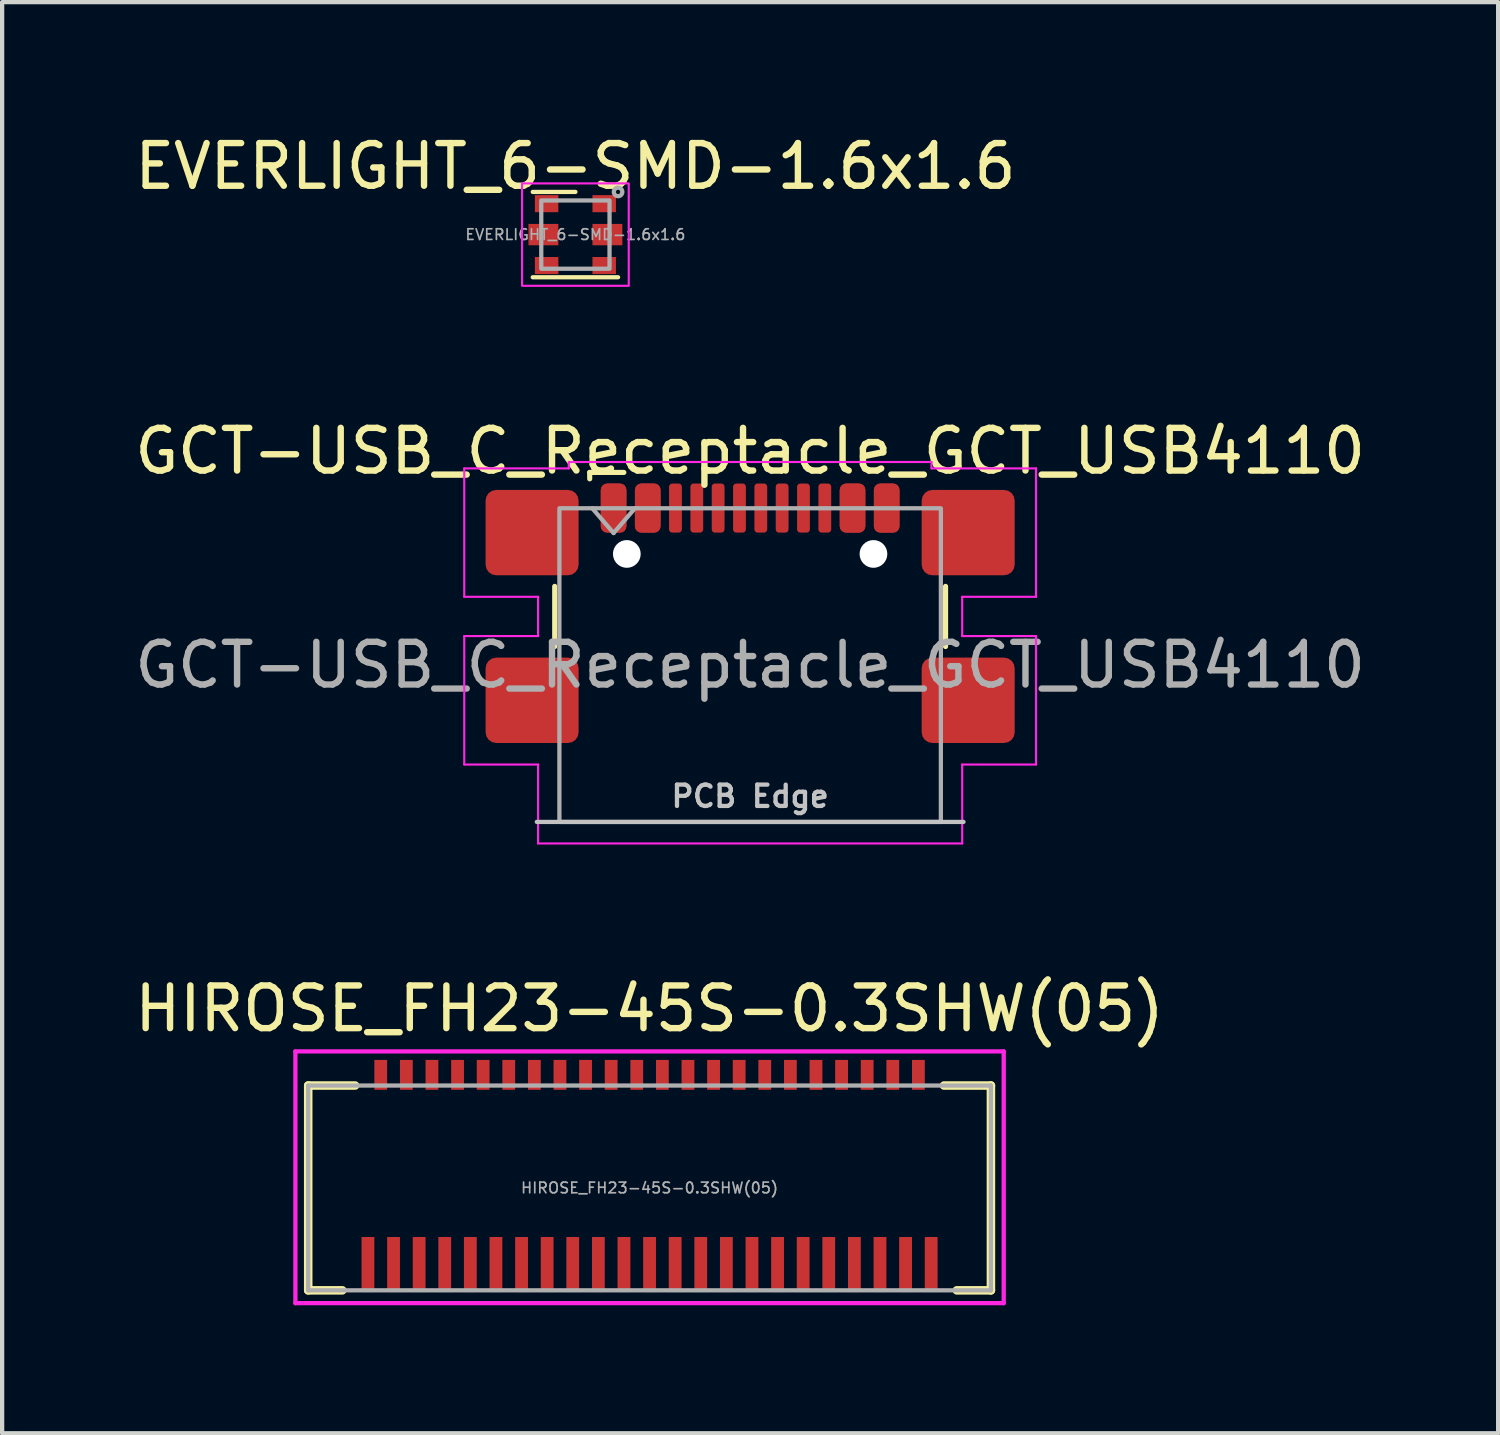
<source format=kicad_pcb>
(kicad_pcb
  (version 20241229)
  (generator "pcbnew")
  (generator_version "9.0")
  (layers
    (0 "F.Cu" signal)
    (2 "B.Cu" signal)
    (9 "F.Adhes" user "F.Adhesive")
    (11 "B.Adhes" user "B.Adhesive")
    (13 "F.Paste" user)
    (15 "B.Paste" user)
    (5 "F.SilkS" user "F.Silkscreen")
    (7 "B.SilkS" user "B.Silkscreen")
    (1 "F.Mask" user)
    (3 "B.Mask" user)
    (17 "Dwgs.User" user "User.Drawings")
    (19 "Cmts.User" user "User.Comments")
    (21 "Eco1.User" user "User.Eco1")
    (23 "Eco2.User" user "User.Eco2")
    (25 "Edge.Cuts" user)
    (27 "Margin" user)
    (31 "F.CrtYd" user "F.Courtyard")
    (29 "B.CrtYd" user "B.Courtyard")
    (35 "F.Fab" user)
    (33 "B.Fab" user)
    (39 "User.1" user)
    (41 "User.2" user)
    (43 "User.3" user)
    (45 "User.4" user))
  (footprint "EVERLIGHT_6-SMD-1.6x1.6"
    (layer "F.Cu")
    (at 10.435 2.448)
    (property "Reference" "EVERLIGHT_6-SMD-1.6x1.6" (at 0 -1.6 0) (unlocked yes) (layer "F.SilkS") (effects (font (size 1 1) (thickness 0.15))))
    (attr smd)
    (fp_line (start -1 -1) (end 0 -1) (stroke (width 0.1) (type default)) (layer "F.SilkS"))
    (fp_line (start -1 1) (end 1 1) (stroke (width 0.1) (type default)) (layer "F.SilkS"))
    (fp_rect (start -1.25 -1.2) (end 1.25 1.2) (stroke (width 0.05) (type default)) (fill no) (layer "F.CrtYd"))
    (fp_rect (start -0.8 -0.8) (end 0.8 0.8) (stroke (width 0.1) (type default)) (fill no) (layer "F.Fab"))
    (fp_circle (center 1 -1) (end 1.1 -1) (stroke (width 0.1) (type default)) (fill no) (layer "F.Fab"))
    (fp_text user "${REFERENCE}" (at 0 0 0) (unlocked yes) (layer "F.Fab") (effects (font (size 0.25 0.25) (thickness 0.04))))
    (pad "1" smd rect (at 0.675 -0.725) (size 0.55 0.4) (layers "F.Cu" "F.Mask" "F.Paste"))
    (pad "2" smd rect (at -0.675 -0.725) (size 0.55 0.4) (layers "F.Cu" "F.Mask" "F.Paste"))
    (pad "3" smd rect (at 0.75 0) (size 0.7 0.5) (layers "F.Cu" "F.Mask" "F.Paste"))
    (pad "4" smd rect (at -0.75 0) (size 0.7 0.5) (layers "F.Cu" "F.Mask" "F.Paste"))
    (pad "5" smd rect (at 0.675 0.725) (size 0.55 0.4) (layers "F.Cu" "F.Mask" "F.Paste"))
    (pad "6" smd rect (at -0.675 0.725) (size 0.55 0.4) (layers "F.Cu" "F.Mask" "F.Paste")))
  (footprint "HIROSE_FH23-45S-0.3SHW(05)"
    (layer "F.Cu")
    (at 12.173 24.79)
    (property "Reference" "HIROSE_FH23-45S-0.3SHW(05)" (at 0 -4.2 0) (layer "F.SilkS") (effects (font (size 1 1) (thickness 0.15))))
    (attr smd)
    (fp_line (start -8 -2.4) (end -6.9 -2.4) (stroke (width 0.2) (type solid)) (layer "F.SilkS"))
    (fp_line (start -8 2.4) (end -8 -2.4) (stroke (width 0.2) (type solid)) (layer "F.SilkS"))
    (fp_line (start -7.2 2.4) (end -8 2.4) (stroke (width 0.2) (type solid)) (layer "F.SilkS"))
    (fp_line (start 6.9 -2.4) (end 8 -2.4) (stroke (width 0.2) (type solid)) (layer "F.SilkS"))
    (fp_line (start 8 -2.4) (end 8 2.4) (stroke (width 0.2) (type solid)) (layer "F.SilkS"))
    (fp_line (start 8 2.4) (end 7.2 2.4) (stroke (width 0.2) (type solid)) (layer "F.SilkS"))
    (fp_line (start -8.3 -3.2) (end 8.3 -3.2) (stroke (width 0.1) (type solid)) (layer "F.CrtYd"))
    (fp_line (start -8.3 2.7) (end -8.3 -3.2) (stroke (width 0.1) (type solid)) (layer "F.CrtYd"))
    (fp_line (start 8.3 -3.2) (end 8.3 2.7) (stroke (width 0.1) (type solid)) (layer "F.CrtYd"))
    (fp_line (start 8.3 2.7) (end -8.3 2.7) (stroke (width 0.1) (type solid)) (layer "F.CrtYd"))
    (fp_line (start -8 -2.4) (end -8 2.4) (stroke (width 0.1) (type solid)) (layer "F.Fab"))
    (fp_line (start -8 2.4) (end 8 2.4) (stroke (width 0.1) (type solid)) (layer "F.Fab"))
    (fp_line (start 8 -2.4) (end -8 -2.4) (stroke (width 0.1) (type solid)) (layer "F.Fab"))
    (fp_line (start 8 2.4) (end 8 -2.4) (stroke (width 0.1) (type solid)) (layer "F.Fab"))
    (fp_text user "${REFERENCE}" (at 0 0 0) (layer "F.Fab") (effects (font (size 0.25 0.25) (thickness 0.04))))
    (pad "1" smd rect (at -6.6 1.775) (size 0.3 1.25) (layers "F.Cu" "F.Mask" "F.Paste"))
    (pad "2" smd rect (at -6.3 -2.65) (size 0.3 0.7) (layers "F.Cu" "F.Mask" "F.Paste"))
    (pad "3" smd rect (at -6 1.775) (size 0.3 1.25) (layers "F.Cu" "F.Mask" "F.Paste"))
    (pad "4" smd rect (at -5.7 -2.65) (size 0.3 0.7) (layers "F.Cu" "F.Mask" "F.Paste"))
    (pad "5" smd rect (at -5.4 1.775) (size 0.3 1.25) (layers "F.Cu" "F.Mask" "F.Paste"))
    (pad "6" smd rect (at -5.1 -2.65) (size 0.3 0.7) (layers "F.Cu" "F.Mask" "F.Paste"))
    (pad "7" smd rect (at -4.8 1.775) (size 0.3 1.25) (layers "F.Cu" "F.Mask" "F.Paste"))
    (pad "8" smd rect (at -4.5 -2.65) (size 0.3 0.7) (layers "F.Cu" "F.Mask" "F.Paste"))
    (pad "9" smd rect (at -4.2 1.775) (size 0.3 1.25) (layers "F.Cu" "F.Mask" "F.Paste"))
    (pad "10" smd rect (at -3.9 -2.65) (size 0.3 0.7) (layers "F.Cu" "F.Mask" "F.Paste"))
    (pad "11" smd rect (at -3.6 1.775) (size 0.3 1.25) (layers "F.Cu" "F.Mask" "F.Paste"))
    (pad "12" smd rect (at -3.3 -2.65) (size 0.3 0.7) (layers "F.Cu" "F.Mask" "F.Paste"))
    (pad "13" smd rect (at -3 1.775) (size 0.3 1.25) (layers "F.Cu" "F.Mask" "F.Paste"))
    (pad "14" smd rect (at -2.7 -2.65) (size 0.3 0.7) (layers "F.Cu" "F.Mask" "F.Paste"))
    (pad "15" smd rect (at -2.4 1.775) (size 0.3 1.25) (layers "F.Cu" "F.Mask" "F.Paste"))
    (pad "16" smd rect (at -2.1 -2.65) (size 0.3 0.7) (layers "F.Cu" "F.Mask" "F.Paste"))
    (pad "17" smd rect (at -1.8 1.775) (size 0.3 1.25) (layers "F.Cu" "F.Mask" "F.Paste"))
    (pad "18" smd rect (at -1.5 -2.65) (size 0.3 0.7) (layers "F.Cu" "F.Mask" "F.Paste"))
    (pad "19" smd rect (at -1.2 1.775) (size 0.3 1.25) (layers "F.Cu" "F.Mask" "F.Paste"))
    (pad "20" smd rect (at -0.9 -2.65) (size 0.3 0.7) (layers "F.Cu" "F.Mask" "F.Paste"))
    (pad "21" smd rect (at -0.6 1.775) (size 0.3 1.25) (layers "F.Cu" "F.Mask" "F.Paste"))
    (pad "22" smd rect (at -0.3 -2.65) (size 0.3 0.7) (layers "F.Cu" "F.Mask" "F.Paste"))
    (pad "23" smd rect (at 0 1.775) (size 0.3 1.25) (layers "F.Cu" "F.Mask" "F.Paste"))
    (pad "24" smd rect (at 0.3 -2.65) (size 0.3 0.7) (layers "F.Cu" "F.Mask" "F.Paste"))
    (pad "25" smd rect (at 0.6 1.775) (size 0.3 1.25) (layers "F.Cu" "F.Mask" "F.Paste"))
    (pad "26" smd rect (at 0.9 -2.65) (size 0.3 0.7) (layers "F.Cu" "F.Mask" "F.Paste"))
    (pad "27" smd rect (at 1.2 1.775) (size 0.3 1.25) (layers "F.Cu" "F.Mask" "F.Paste"))
    (pad "28" smd rect (at 1.5 -2.65) (size 0.3 0.7) (layers "F.Cu" "F.Mask" "F.Paste"))
    (pad "29" smd rect (at 1.8 1.775) (size 0.3 1.25) (layers "F.Cu" "F.Mask" "F.Paste"))
    (pad "30" smd rect (at 2.1 -2.65) (size 0.3 0.7) (layers "F.Cu" "F.Mask" "F.Paste"))
    (pad "31" smd rect (at 2.4 1.775) (size 0.3 1.25) (layers "F.Cu" "F.Mask" "F.Paste"))
    (pad "32" smd rect (at 2.7 -2.65) (size 0.3 0.7) (layers "F.Cu" "F.Mask" "F.Paste"))
    (pad "33" smd rect (at 3 1.775) (size 0.3 1.25) (layers "F.Cu" "F.Mask" "F.Paste"))
    (pad "34" smd rect (at 3.3 -2.65) (size 0.3 0.7) (layers "F.Cu" "F.Mask" "F.Paste"))
    (pad "35" smd rect (at 3.6 1.775) (size 0.3 1.25) (layers "F.Cu" "F.Mask" "F.Paste"))
    (pad "36" smd rect (at 3.9 -2.65) (size 0.3 0.7) (layers "F.Cu" "F.Mask" "F.Paste"))
    (pad "37" smd rect (at 4.2 1.775) (size 0.3 1.25) (layers "F.Cu" "F.Mask" "F.Paste"))
    (pad "38" smd rect (at 4.5 -2.65) (size 0.3 0.7) (layers "F.Cu" "F.Mask" "F.Paste"))
    (pad "39" smd rect (at 4.8 1.775) (size 0.3 1.25) (layers "F.Cu" "F.Mask" "F.Paste"))
    (pad "40" smd rect (at 5.1 -2.65) (size 0.3 0.7) (layers "F.Cu" "F.Mask" "F.Paste"))
    (pad "41" smd rect (at 5.4 1.775) (size 0.3 1.25) (layers "F.Cu" "F.Mask" "F.Paste"))
    (pad "42" smd rect (at 5.7 -2.65) (size 0.3 0.7) (layers "F.Cu" "F.Mask" "F.Paste"))
    (pad "43" smd rect (at 6 1.775) (size 0.3 1.25) (layers "F.Cu" "F.Mask" "F.Paste"))
    (pad "44" smd rect (at 6.3 -2.65) (size 0.3 0.7) (layers "F.Cu" "F.Mask" "F.Paste"))
    (pad "45" smd rect (at 6.6 1.775) (size 0.3 1.25) (layers "F.Cu" "F.Mask" "F.Paste")))
  (footprint "GCT-USB_C_Receptacle_GCT_USB4110"
    (layer "F.Cu")
    (at 14.53 12.537)
    (property "Reference" "GCT-USB_C_Receptacle_GCT_USB4110" (at 0 -5.015 0) (unlocked yes) (layer "F.SilkS") (effects (font (size 1 1) (thickness 0.15))))
    (attr smd)
    (fp_line (start -4.58 -0.435) (end -4.58 -1.845) (stroke (width 0.12) (type default)) (layer "F.SilkS"))
    (fp_line (start -3.76 -4.515) (end -3.76 -4.365) (stroke (width 0.12) (type default)) (layer "F.SilkS"))
    (fp_line (start -2.96 -4.515) (end -3.76 -4.515) (stroke (width 0.12) (type default)) (layer "F.SilkS"))
    (fp_line (start 4.58 -0.435) (end 4.58 -1.845) (stroke (width 0.12) (type default)) (layer "F.SilkS"))
    (fp_line (start -5 3.675) (end 5 3.675) (stroke (width 0.1) (type default)) (layer "Dwgs.User"))
    (fp_line (start -6.7 -4.61) (end -4.25 -4.61) (stroke (width 0.05) (type default)) (layer "F.CrtYd"))
    (fp_line (start -6.7 -1.6) (end -6.7 -4.61) (stroke (width 0.05) (type default)) (layer "F.CrtYd"))
    (fp_line (start -6.7 -0.68) (end -4.97 -0.68) (stroke (width 0.05) (type default)) (layer "F.CrtYd"))
    (fp_line (start -6.7 2.33) (end -6.7 -0.68) (stroke (width 0.05) (type default)) (layer "F.CrtYd"))
    (fp_line (start -4.97 -1.6) (end -6.7 -1.6) (stroke (width 0.05) (type default)) (layer "F.CrtYd"))
    (fp_line (start -4.97 -0.68) (end -4.97 -1.6) (stroke (width 0.05) (type default)) (layer "F.CrtYd"))
    (fp_line (start -4.97 2.33) (end -6.7 2.33) (stroke (width 0.05) (type default)) (layer "F.CrtYd"))
    (fp_line (start -4.97 4.18) (end -4.97 2.33) (stroke (width 0.05) (type default)) (layer "F.CrtYd"))
    (fp_line (start -4.25 -4.76) (end 4.25 -4.76) (stroke (width 0.05) (type default)) (layer "F.CrtYd"))
    (fp_line (start -4.25 -4.61) (end -4.25 -4.76) (stroke (width 0.05) (type default)) (layer "F.CrtYd"))
    (fp_line (start 4.25 -4.76) (end 4.25 -4.61) (stroke (width 0.05) (type default)) (layer "F.CrtYd"))
    (fp_line (start 4.25 -4.61) (end 6.7 -4.61) (stroke (width 0.05) (type default)) (layer "F.CrtYd"))
    (fp_line (start 4.97 -1.6) (end 4.97 -0.68) (stroke (width 0.05) (type default)) (layer "F.CrtYd"))
    (fp_line (start 4.97 -0.68) (end 6.7 -0.68) (stroke (width 0.05) (type default)) (layer "F.CrtYd"))
    (fp_line (start 4.97 2.33) (end 4.97 4.18) (stroke (width 0.05) (type default)) (layer "F.CrtYd"))
    (fp_line (start 4.97 4.18) (end -4.97 4.18) (stroke (width 0.05) (type default)) (layer "F.CrtYd"))
    (fp_line (start 6.7 -4.61) (end 6.7 -1.6) (stroke (width 0.05) (type default)) (layer "F.CrtYd"))
    (fp_line (start 6.7 -1.6) (end 4.97 -1.6) (stroke (width 0.05) (type default)) (layer "F.CrtYd"))
    (fp_line (start 6.7 -0.68) (end 6.7 2.33) (stroke (width 0.05) (type default)) (layer "F.CrtYd"))
    (fp_line (start 6.7 2.33) (end 4.97 2.33) (stroke (width 0.05) (type default)) (layer "F.CrtYd"))
    (fp_line (start -3.7 -3.675) (end -3.2 -3.095) (stroke (width 0.1) (type default)) (layer "F.Fab"))
    (fp_line (start -3.2 -3.095) (end -2.7 -3.675) (stroke (width 0.1) (type default)) (layer "F.Fab"))
    (fp_rect (start -4.47 -3.675) (end 4.47 3.675) (stroke (width 0.1) (type default)) (fill no) (layer "F.Fab"))
    (fp_text user "PCB Edge" (at 0 3.075 0) (unlocked yes) (layer "Dwgs.User") (effects (font (size 0.5 0.5) (thickness 0.1) (bold yes))))
    (fp_text user "${REFERENCE}" (at 0 0 0) (unlocked yes) (layer "F.Fab") (effects (font (size 1 1) (thickness 0.15))))
    (pad "" np_thru_hole circle (at -2.89 -2.605) (size 0.65 0.65) (drill 0.65) (layers "*.Cu" "*.Mask"))
    (pad "" np_thru_hole circle (at 2.89 -2.605) (size 0.65 0.65) (drill 0.65) (layers "*.Cu" "*.Mask"))
    (pad "A1" smd roundrect (at -3.2 -3.68) (size 0.6 1.15) (layers "F.Cu" "F.Mask" "F.Paste") (roundrect_rratio 0.25))
    (pad "A4" smd roundrect (at -2.4 -3.68) (size 0.6 1.15) (layers "F.Cu" "F.Mask" "F.Paste") (roundrect_rratio 0.25))
    (pad "A5" smd roundrect (at -1.25 -3.68) (size 0.3 1.15) (layers "F.Cu" "F.Mask" "F.Paste") (roundrect_rratio 0.25))
    (pad "A6" smd roundrect (at -0.25 -3.68) (size 0.3 1.15) (layers "F.Cu" "F.Mask" "F.Paste") (roundrect_rratio 0.25))
    (pad "A7" smd roundrect (at 0.25 -3.68) (size 0.3 1.15) (layers "F.Cu" "F.Mask" "F.Paste") (roundrect_rratio 0.25))
    (pad "A8" smd roundrect (at 1.25 -3.68) (size 0.3 1.15) (layers "F.Cu" "F.Mask" "F.Paste") (roundrect_rratio 0.25))
    (pad "A9" smd roundrect (at 2.4 -3.68) (size 0.6 1.15) (layers "F.Cu" "F.Mask" "F.Paste") (roundrect_rratio 0.25))
    (pad "A12" smd roundrect (at 3.2 -3.68) (size 0.6 1.15) (layers "F.Cu" "F.Mask" "F.Paste") (roundrect_rratio 0.25))
    (pad "B1" smd roundrect (at 3.2 -3.68) (size 0.6 1.15) (layers "F.Cu" "F.Mask" "F.Paste") (roundrect_rratio 0.25))
    (pad "B4" smd roundrect (at 2.4 -3.68) (size 0.6 1.15) (layers "F.Cu" "F.Mask" "F.Paste") (roundrect_rratio 0.25))
    (pad "B5" smd roundrect (at 1.75 -3.68) (size 0.3 1.15) (layers "F.Cu" "F.Mask" "F.Paste") (roundrect_rratio 0.25))
    (pad "B6" smd roundrect (at 0.75 -3.68) (size 0.3 1.15) (layers "F.Cu" "F.Mask" "F.Paste") (roundrect_rratio 0.25))
    (pad "B7" smd roundrect (at -0.75 -3.68) (size 0.3 1.15) (layers "F.Cu" "F.Mask" "F.Paste") (roundrect_rratio 0.25))
    (pad "B8" smd roundrect (at -1.75 -3.68) (size 0.3 1.15) (layers "F.Cu" "F.Mask" "F.Paste") (roundrect_rratio 0.25))
    (pad "B9" smd roundrect (at -2.4 -3.68) (size 0.6 1.15) (layers "F.Cu" "F.Mask" "F.Paste") (roundrect_rratio 0.25))
    (pad "B12" smd roundrect (at -3.2 -3.68) (size 0.6 1.15) (layers "F.Cu" "F.Mask" "F.Paste") (roundrect_rratio 0.25))
    (pad "S1" smd roundrect (at -5.11 -3.105) (size 2.18 2) (layers "F.Cu" "F.Mask" "F.Paste") (roundrect_rratio 0.125))
    (pad "S1" smd roundrect (at -5.11 0.825) (size 2.18 2) (layers "F.Cu" "F.Mask" "F.Paste") (roundrect_rratio 0.125))
    (pad "S1" smd roundrect (at 5.11 -3.105) (size 2.18 2) (layers "F.Cu" "F.Mask" "F.Paste") (roundrect_rratio 0.125))
    (pad "S1" smd roundrect (at 5.11 0.825) (size 2.18 2) (layers "F.Cu" "F.Mask" "F.Paste") (roundrect_rratio 0.125)))
  (gr_rect
    (start -3 -3)
    (end 32.06 30.54)
    (stroke (width 0.1) (type default))
    (fill no)
    (layer "Edge.Cuts")))
</source>
